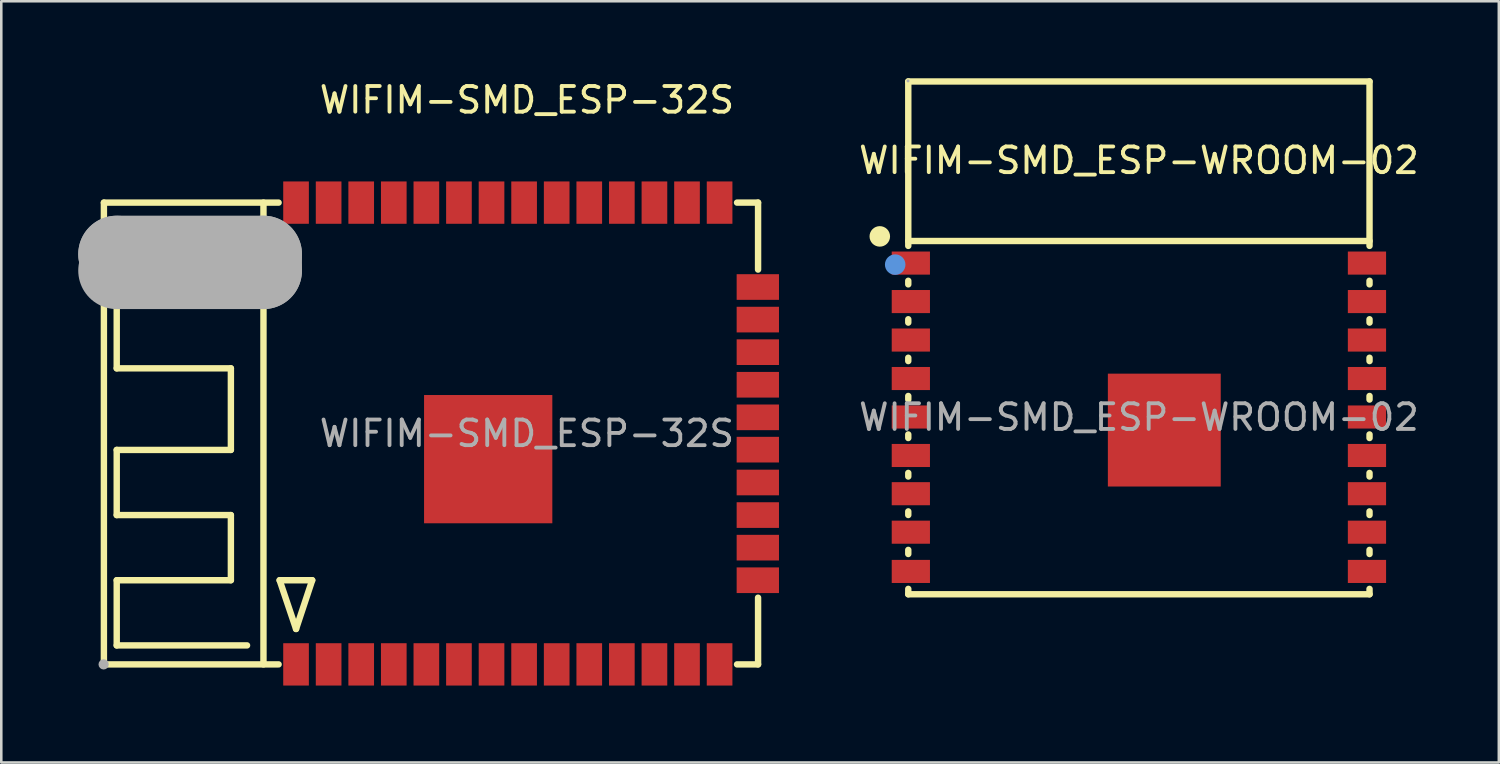
<source format=kicad_pcb>
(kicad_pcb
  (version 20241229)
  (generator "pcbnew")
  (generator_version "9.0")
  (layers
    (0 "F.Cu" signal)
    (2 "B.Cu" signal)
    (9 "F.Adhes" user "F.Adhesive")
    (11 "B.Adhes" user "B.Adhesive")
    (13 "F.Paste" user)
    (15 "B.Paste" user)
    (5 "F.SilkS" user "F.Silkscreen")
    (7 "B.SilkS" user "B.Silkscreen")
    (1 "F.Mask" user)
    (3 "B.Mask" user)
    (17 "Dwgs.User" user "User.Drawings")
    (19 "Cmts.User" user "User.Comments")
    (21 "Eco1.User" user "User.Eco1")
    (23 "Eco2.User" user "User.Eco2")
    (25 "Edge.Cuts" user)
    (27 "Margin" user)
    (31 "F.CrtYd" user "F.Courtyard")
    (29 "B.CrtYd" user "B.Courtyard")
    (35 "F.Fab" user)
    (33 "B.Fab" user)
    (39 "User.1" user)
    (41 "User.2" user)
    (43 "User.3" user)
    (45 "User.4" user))
  (footprint "WIFIM-SMD_ESP-WROOM-02"
    (layer "F.Cu")
    (at 41.345 13.215)
    (property "Reference" "WIFIM-SMD_ESP-WROOM-02" (at 0 -10.01 0) (layer "F.SilkS") (effects (font (size 1 1) (thickness 0.15))))
    (attr through_hole)
    (fp_line (start -8.99 -13.09) (end -8.99 -6.68) (stroke (width 0.25) (type solid)) (layer "F.SilkS"))
    (fp_line (start -8.99 -6.87) (end 8.99 -6.87) (stroke (width 0.25) (type solid)) (layer "F.SilkS"))
    (fp_line (start -8.99 -5.32) (end -8.99 -5.18) (stroke (width 0.25) (type solid)) (layer "F.SilkS"))
    (fp_line (start -8.99 -3.82) (end -8.99 -3.69) (stroke (width 0.25) (type solid)) (layer "F.SilkS"))
    (fp_line (start -8.99 -2.32) (end -8.99 -2.19) (stroke (width 0.25) (type solid)) (layer "F.SilkS"))
    (fp_line (start -8.99 -0.83) (end -8.99 -0.69) (stroke (width 0.25) (type solid)) (layer "F.SilkS"))
    (fp_line (start -8.99 0.67) (end -8.99 0.81) (stroke (width 0.25) (type solid)) (layer "F.SilkS"))
    (fp_line (start -8.99 2.17) (end -8.99 2.31) (stroke (width 0.25) (type solid)) (layer "F.SilkS"))
    (fp_line (start -8.99 3.67) (end -8.99 3.81) (stroke (width 0.25) (type solid)) (layer "F.SilkS"))
    (fp_line (start -8.99 5.17) (end -8.99 5.33) (stroke (width 0.25) (type solid)) (layer "F.SilkS"))
    (fp_line (start -8.99 6.69) (end -8.99 6.9) (stroke (width 0.25) (type solid)) (layer "F.SilkS"))
    (fp_line (start -8.99 6.9) (end 8.99 6.9) (stroke (width 0.25) (type solid)) (layer "F.SilkS"))
    (fp_line (start 8.99 -13.09) (end -8.99 -13.09) (stroke (width 0.25) (type solid)) (layer "F.SilkS"))
    (fp_line (start 8.99 -6.68) (end 8.99 -13.09) (stroke (width 0.25) (type solid)) (layer "F.SilkS"))
    (fp_line (start 8.99 -5.18) (end 8.99 -5.32) (stroke (width 0.25) (type solid)) (layer "F.SilkS"))
    (fp_line (start 8.99 -3.69) (end 8.99 -3.82) (stroke (width 0.25) (type solid)) (layer "F.SilkS"))
    (fp_line (start 8.99 -2.19) (end 8.99 -2.32) (stroke (width 0.25) (type solid)) (layer "F.SilkS"))
    (fp_line (start 8.99 -0.69) (end 8.99 -0.83) (stroke (width 0.25) (type solid)) (layer "F.SilkS"))
    (fp_line (start 8.99 0.81) (end 8.99 0.67) (stroke (width 0.25) (type solid)) (layer "F.SilkS"))
    (fp_line (start 8.99 2.31) (end 8.99 2.17) (stroke (width 0.25) (type solid)) (layer "F.SilkS"))
    (fp_line (start 8.99 3.81) (end 8.99 3.67) (stroke (width 0.25) (type solid)) (layer "F.SilkS"))
    (fp_line (start 8.99 5.33) (end 8.99 5.17) (stroke (width 0.25) (type solid)) (layer "F.SilkS"))
    (fp_line (start 8.99 6.9) (end 8.99 6.69) (stroke (width 0.25) (type solid)) (layer "F.SilkS"))
    (fp_circle (center -10.1 -7.05) (end -9.9 -7.05) (stroke (width 0.4) (type solid)) (fill no) (layer "F.SilkS"))
    (fp_circle (center -9.5 -5.95) (end -9.3 -5.95) (stroke (width 0.4) (type solid)) (fill no) (layer "Cmts.User"))
    (fp_circle (center -9 -13.11) (end -8.97 -13.11) (stroke (width 0.06) (type solid)) (fill no) (layer "F.Fab"))
    (fp_text user "${REFERENCE}" (at 0 0 0) (layer "F.Fab") (effects (font (size 1 1) (thickness 0.15))))
    (pad "1" smd rect (at -8.89 -6.01) (size 1.49 0.9) (layers "F.Cu" "F.Mask" "F.Paste"))
    (pad "2" smd rect (at -8.89 -4.51) (size 1.49 0.9) (layers "F.Cu" "F.Mask" "F.Paste"))
    (pad "3" smd rect (at -8.89 -3.01) (size 1.49 0.9) (layers "F.Cu" "F.Mask" "F.Paste"))
    (pad "4" smd rect (at -8.89 -1.51) (size 1.49 0.9) (layers "F.Cu" "F.Mask" "F.Paste"))
    (pad "5" smd rect (at -8.89 -0.01) (size 1.49 0.9) (layers "F.Cu" "F.Mask" "F.Paste"))
    (pad "6" smd rect (at -8.89 1.49) (size 1.49 0.9) (layers "F.Cu" "F.Mask" "F.Paste"))
    (pad "7" smd rect (at -8.89 2.98) (size 1.49 0.9) (layers "F.Cu" "F.Mask" "F.Paste"))
    (pad "8" smd rect (at -8.89 4.48) (size 1.49 0.9) (layers "F.Cu" "F.Mask" "F.Paste"))
    (pad "9" smd rect (at -8.89 6.01) (size 1.49 0.9) (layers "F.Cu" "F.Mask" "F.Paste"))
    (pad "10" smd rect (at 8.89 6.01) (size 1.49 0.9) (layers "F.Cu" "F.Mask" "F.Paste"))
    (pad "11" smd rect (at 8.89 4.48) (size 1.49 0.9) (layers "F.Cu" "F.Mask" "F.Paste"))
    (pad "12" smd rect (at 8.89 2.98) (size 1.49 0.9) (layers "F.Cu" "F.Mask" "F.Paste"))
    (pad "13" smd rect (at 8.89 1.49) (size 1.49 0.9) (layers "F.Cu" "F.Mask" "F.Paste"))
    (pad "14" smd rect (at 8.89 -0.01) (size 1.49 0.9) (layers "F.Cu" "F.Mask" "F.Paste"))
    (pad "15" smd rect (at 8.89 -1.51) (size 1.49 0.9) (layers "F.Cu" "F.Mask" "F.Paste"))
    (pad "16" smd rect (at 8.89 -3.01) (size 1.49 0.9) (layers "F.Cu" "F.Mask" "F.Paste"))
    (pad "17" smd rect (at 8.89 -4.51) (size 1.49 0.9) (layers "F.Cu" "F.Mask" "F.Paste"))
    (pad "18" smd rect (at 8.89 -6.01) (size 1.49 0.9) (layers "F.Cu" "F.Mask" "F.Paste"))
    (pad "19" smd rect (at 0.99 0.5) (size 4.4 4.4) (layers "F.Cu" "F.Mask" "F.Paste")))
  (footprint "WIFIM-SMD_ESP-32S"
    (layer "F.Cu")
    (at 17.49 13.848)
    (property "Reference" "WIFIM-SMD_ESP-32S" (at 0 -13 0) (layer "F.SilkS") (effects (font (size 1 1) (thickness 0.15))))
    (attr through_hole)
    (fp_line (start -16.49 9) (end -16.49 -9) (stroke (width 0.25) (type solid)) (layer "F.SilkS"))
    (fp_line (start -16.49 9) (end -9.68 9) (stroke (width 0.25) (type solid)) (layer "F.SilkS"))
    (fp_line (start -15.99 -6.35) (end -15.99 -5.08) (stroke (width 0.25) (type solid)) (layer "F.SilkS"))
    (fp_line (start -15.99 -5.08) (end -15.99 -2.54) (stroke (width 0.25) (type solid)) (layer "F.SilkS"))
    (fp_line (start -15.99 -5.08) (end -10.91 -5.08) (stroke (width 0.25) (type solid)) (layer "F.SilkS"))
    (fp_line (start -15.99 -2.54) (end -11.54 -2.54) (stroke (width 0.25) (type solid)) (layer "F.SilkS"))
    (fp_line (start -15.99 0.64) (end -15.99 3.18) (stroke (width 0.25) (type solid)) (layer "F.SilkS"))
    (fp_line (start -15.99 3.18) (end -11.54 3.18) (stroke (width 0.25) (type solid)) (layer "F.SilkS"))
    (fp_line (start -15.99 5.72) (end -15.99 8.26) (stroke (width 0.25) (type solid)) (layer "F.SilkS"))
    (fp_line (start -15.99 8.26) (end -10.91 8.26) (stroke (width 0.25) (type solid)) (layer "F.SilkS"))
    (fp_line (start -11.54 -2.54) (end -11.54 0.64) (stroke (width 0.25) (type solid)) (layer "F.SilkS"))
    (fp_line (start -11.54 0.64) (end -15.99 0.64) (stroke (width 0.25) (type solid)) (layer "F.SilkS"))
    (fp_line (start -11.54 3.18) (end -11.54 5.72) (stroke (width 0.25) (type solid)) (layer "F.SilkS"))
    (fp_line (start -11.54 5.72) (end -15.99 5.72) (stroke (width 0.25) (type solid)) (layer "F.SilkS"))
    (fp_line (start -10.27 9) (end -10.27 -9) (stroke (width 0.25) (type solid)) (layer "F.SilkS"))
    (fp_line (start -9.68 -9) (end -16.49 -9) (stroke (width 0.25) (type solid)) (layer "F.SilkS"))
    (fp_line (start -9.64 5.72) (end -8.37 5.72) (stroke (width 0.25) (type solid)) (layer "F.SilkS"))
    (fp_line (start -9 7.62) (end -9.64 5.72) (stroke (width 0.25) (type solid)) (layer "F.SilkS"))
    (fp_line (start -8.37 5.72) (end -9 7.62) (stroke (width 0.25) (type solid)) (layer "F.SilkS"))
    (fp_line (start 8.19 9) (end 9.01 9) (stroke (width 0.25) (type solid)) (layer "F.SilkS"))
    (fp_line (start 9.01 -9) (end 8.19 -9) (stroke (width 0.25) (type solid)) (layer "F.SilkS"))
    (fp_line (start 9.01 -6.39) (end 9.01 -9) (stroke (width 0.25) (type solid)) (layer "F.SilkS"))
    (fp_line (start 9.01 9) (end 9.01 6.4) (stroke (width 0.25) (type solid)) (layer "F.SilkS"))
    (fp_line (start -15.99 -6.99) (end -15.99 -6.99) (stroke (width 3) (type solid)) (layer "F.Fab"))
    (fp_line (start -15.99 -6.99) (end -10.27 -6.99) (stroke (width 3) (type solid)) (layer "F.Fab"))
    (fp_line (start -10.27 -6.99) (end -10.27 -6.35) (stroke (width 3) (type solid)) (layer "F.Fab"))
    (fp_line (start -10.27 -6.35) (end -15.99 -6.35) (stroke (width 3) (type solid)) (layer "F.Fab"))
    (fp_circle (center -16.5 9) (end -16.4 9) (stroke (width 0.2) (type solid)) (fill no) (layer "F.Fab"))
    (fp_text user "${REFERENCE}" (at 0 0 0) (layer "F.Fab") (effects (font (size 1 1) (thickness 0.15))))
    (pad "1" smd rect (at -9 9) (size 1 1.65) (layers "F.Cu" "F.Mask" "F.Paste"))
    (pad "2" smd rect (at -7.73 9) (size 1 1.65) (layers "F.Cu" "F.Mask" "F.Paste"))
    (pad "3" smd rect (at -6.46 9) (size 1 1.65) (layers "F.Cu" "F.Mask" "F.Paste"))
    (pad "4" smd rect (at -5.19 9) (size 1 1.65) (layers "F.Cu" "F.Mask" "F.Paste"))
    (pad "5" smd rect (at -3.92 9) (size 1 1.65) (layers "F.Cu" "F.Mask" "F.Paste"))
    (pad "6" smd rect (at -2.65 9) (size 1 1.65) (layers "F.Cu" "F.Mask" "F.Paste"))
    (pad "7" smd rect (at -1.38 9) (size 1 1.65) (layers "F.Cu" "F.Mask" "F.Paste"))
    (pad "8" smd rect (at -0.11 9) (size 1 1.65) (layers "F.Cu" "F.Mask" "F.Paste"))
    (pad "9" smd rect (at 1.16 9) (size 1 1.65) (layers "F.Cu" "F.Mask" "F.Paste"))
    (pad "10" smd rect (at 2.43 9) (size 1 1.65) (layers "F.Cu" "F.Mask" "F.Paste"))
    (pad "11" smd rect (at 3.7 9) (size 1 1.65) (layers "F.Cu" "F.Mask" "F.Paste"))
    (pad "12" smd rect (at 4.97 9) (size 1 1.65) (layers "F.Cu" "F.Mask" "F.Paste"))
    (pad "13" smd rect (at 6.24 9) (size 1 1.65) (layers "F.Cu" "F.Mask" "F.Paste"))
    (pad "14" smd rect (at 7.51 9) (size 1 1.65) (layers "F.Cu" "F.Mask" "F.Paste"))
    (pad "15" smd rect (at 9 5.72) (size 1.65 1) (layers "F.Cu" "F.Mask" "F.Paste"))
    (pad "16" smd rect (at 9 4.45) (size 1.65 1) (layers "F.Cu" "F.Mask" "F.Paste"))
    (pad "17" smd rect (at 9 3.18) (size 1.65 1) (layers "F.Cu" "F.Mask" "F.Paste"))
    (pad "18" smd rect (at 9 1.91) (size 1.65 1) (layers "F.Cu" "F.Mask" "F.Paste"))
    (pad "19" smd rect (at 9 0.63) (size 1.65 1) (layers "F.Cu" "F.Mask" "F.Paste"))
    (pad "20" smd rect (at 9 -0.63) (size 1.65 1) (layers "F.Cu" "F.Mask" "F.Paste"))
    (pad "21" smd rect (at 9 -1.9) (size 1.65 1) (layers "F.Cu" "F.Mask" "F.Paste"))
    (pad "22" smd rect (at 9 -3.17) (size 1.65 1) (layers "F.Cu" "F.Mask" "F.Paste"))
    (pad "23" smd rect (at 9 -4.44) (size 1.65 1) (layers "F.Cu" "F.Mask" "F.Paste"))
    (pad "24" smd rect (at 9 -5.71) (size 1.65 1) (layers "F.Cu" "F.Mask" "F.Paste"))
    (pad "25" smd rect (at 7.51 -9) (size 1 1.65) (layers "F.Cu" "F.Mask" "F.Paste"))
    (pad "26" smd rect (at 6.24 -9) (size 1 1.65) (layers "F.Cu" "F.Mask" "F.Paste"))
    (pad "27" smd rect (at 4.97 -9) (size 1 1.65) (layers "F.Cu" "F.Mask" "F.Paste"))
    (pad "28" smd rect (at 3.7 -9) (size 1 1.65) (layers "F.Cu" "F.Mask" "F.Paste"))
    (pad "29" smd rect (at 2.43 -9) (size 1 1.65) (layers "F.Cu" "F.Mask" "F.Paste"))
    (pad "30" smd rect (at 1.16 -9) (size 1 1.65) (layers "F.Cu" "F.Mask" "F.Paste"))
    (pad "31" smd rect (at -0.11 -9) (size 1 1.65) (layers "F.Cu" "F.Mask" "F.Paste"))
    (pad "32" smd rect (at -1.38 -9) (size 1 1.65) (layers "F.Cu" "F.Mask" "F.Paste"))
    (pad "33" smd rect (at -2.65 -9) (size 1 1.65) (layers "F.Cu" "F.Mask" "F.Paste"))
    (pad "34" smd rect (at -3.92 -9) (size 1 1.65) (layers "F.Cu" "F.Mask" "F.Paste"))
    (pad "35" smd rect (at -5.19 -9) (size 1 1.65) (layers "F.Cu" "F.Mask" "F.Paste"))
    (pad "36" smd rect (at -6.46 -9) (size 1 1.65) (layers "F.Cu" "F.Mask" "F.Paste"))
    (pad "37" smd rect (at -7.73 -9) (size 1 1.65) (layers "F.Cu" "F.Mask" "F.Paste"))
    (pad "38" smd rect (at -9 -9) (size 1 1.65) (layers "F.Cu" "F.Mask" "F.Paste"))
    (pad "39" smd rect (at -1.51 1 270) (size 5 5) (layers "F.Cu" "F.Mask" "F.Paste")))
  (gr_rect
    (start -3 -3)
    (end 55.375 26.673)
    (stroke (width 0.1) (type default))
    (fill no)
    (layer "Edge.Cuts")))
</source>
